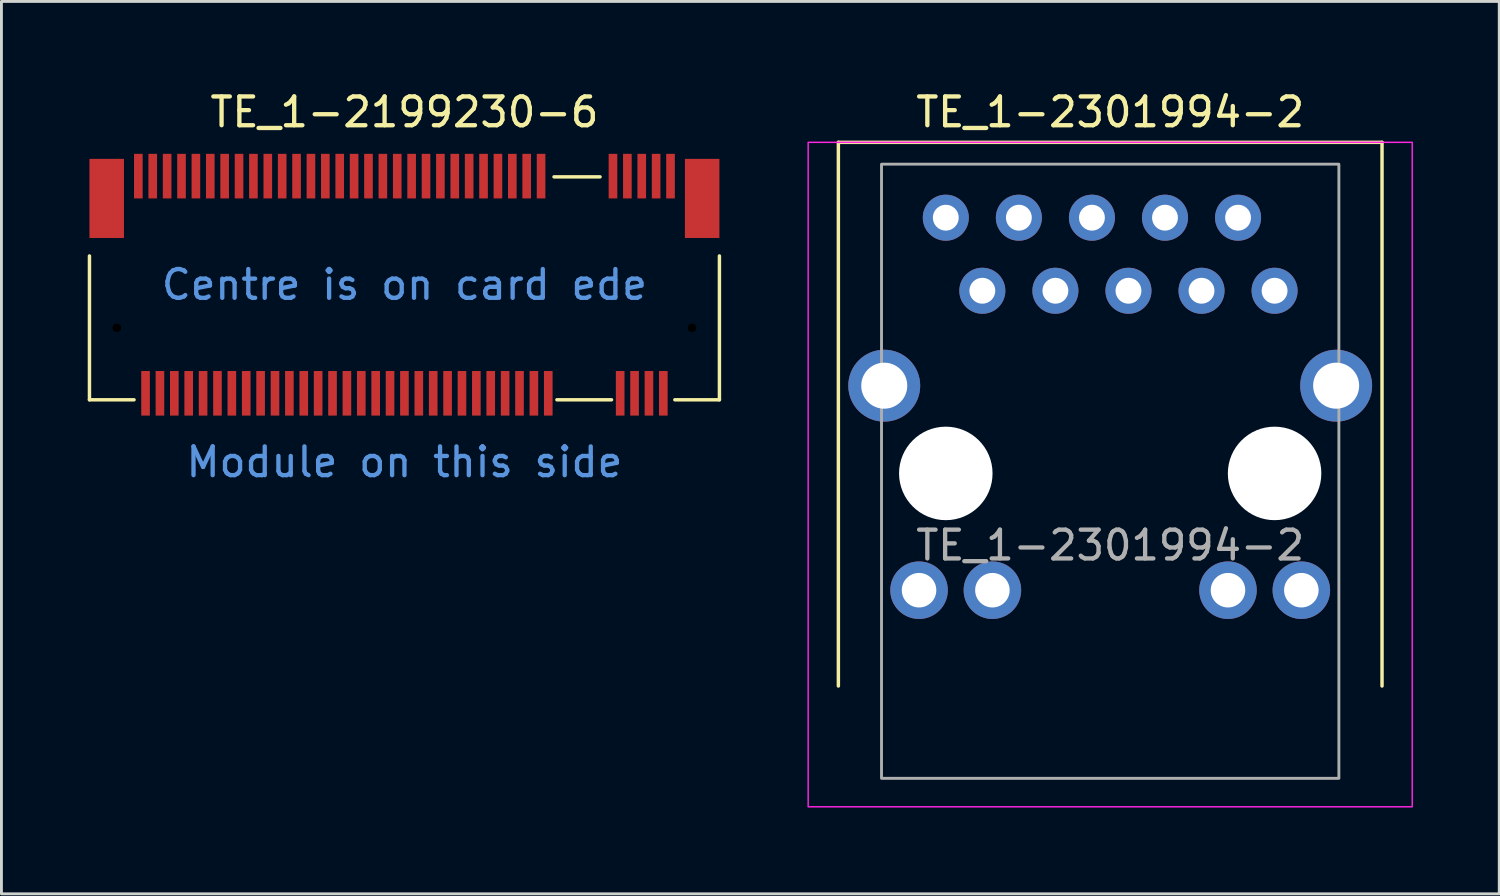
<source format=kicad_pcb>
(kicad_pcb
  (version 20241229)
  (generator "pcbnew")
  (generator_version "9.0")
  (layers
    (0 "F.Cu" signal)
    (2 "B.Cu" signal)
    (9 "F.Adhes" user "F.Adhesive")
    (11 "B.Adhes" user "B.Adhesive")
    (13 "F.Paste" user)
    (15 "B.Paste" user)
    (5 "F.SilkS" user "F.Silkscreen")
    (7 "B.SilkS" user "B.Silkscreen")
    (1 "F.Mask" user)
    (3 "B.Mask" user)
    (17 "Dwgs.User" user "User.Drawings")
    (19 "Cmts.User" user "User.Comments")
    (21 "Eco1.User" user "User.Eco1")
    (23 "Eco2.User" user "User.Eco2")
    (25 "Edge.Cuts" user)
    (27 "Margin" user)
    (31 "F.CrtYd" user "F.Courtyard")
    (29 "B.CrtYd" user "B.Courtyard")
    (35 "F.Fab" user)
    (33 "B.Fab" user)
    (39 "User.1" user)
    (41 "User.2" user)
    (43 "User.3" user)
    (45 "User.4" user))
  (footprint "TE_1-2199230-6"
    (layer "F.Cu")
    (at 11.01 6.848)
    (property "Reference" "TE_1-2199230-6" (at 0 -6 0) (unlocked yes) (layer "F.SilkS") (effects (font (size 1 1) (thickness 0.15))))
    (attr smd)
    (fp_line (start -10.95 4) (end -10.95 -1) (stroke (width 0.12) (type default)) (layer "F.SilkS"))
    (fp_line (start -9.4 4) (end -10.95 4) (stroke (width 0.12) (type default)) (layer "F.SilkS"))
    (fp_line (start 5.2 -3.75) (end 6.8 -3.75) (stroke (width 0.12) (type default)) (layer "F.SilkS"))
    (fp_line (start 5.3 4) (end 7.2 4) (stroke (width 0.12) (type default)) (layer "F.SilkS"))
    (fp_line (start 9.4 4) (end 10.95 4) (stroke (width 0.12) (type default)) (layer "F.SilkS"))
    (fp_line (start 10.95 4) (end 10.95 -1) (stroke (width 0.12) (type default)) (layer "F.SilkS"))
    (fp_text user "Centre is on card ede" (at 0 0 0) (unlocked yes) (layer "Cmts.User") (effects (font (size 1 1) (thickness 0.15))))
    (fp_text user "Module on this side" (at 0 6.75 0) (unlocked yes) (layer "Cmts.User") (effects (font (size 1 1) (thickness 0.15)) (justify bottom)))
    (pad "" np_thru_hole circle (at -10 1.5 90) (size 0.3 0.3) (drill 1.1) (layers "*.Mask"))
    (pad "" np_thru_hole circle (at 10 1.5 90) (size 0.3 0.3) (drill 1.6) (layers "*.Mask"))
    (pad "1" smd rect (at -9.25 -3.775 180) (size 0.3 1.55) (layers "F.Cu" "F.Mask" "F.Paste"))
    (pad "2" smd rect (at -9 3.775 180) (size 0.3 1.55) (layers "F.Cu" "F.Mask" "F.Paste"))
    (pad "3" smd rect (at -8.75 -3.775 180) (size 0.3 1.55) (layers "F.Cu" "F.Mask" "F.Paste"))
    (pad "4" smd rect (at -8.5 3.775 180) (size 0.3 1.55) (layers "F.Cu" "F.Mask" "F.Paste"))
    (pad "5" smd rect (at -8.25 -3.775 180) (size 0.3 1.55) (layers "F.Cu" "F.Mask" "F.Paste"))
    (pad "6" smd rect (at -8 3.775 180) (size 0.3 1.55) (layers "F.Cu" "F.Mask" "F.Paste"))
    (pad "7" smd rect (at -7.75 -3.775 180) (size 0.3 1.55) (layers "F.Cu" "F.Mask" "F.Paste"))
    (pad "8" smd rect (at -7.5 3.775 180) (size 0.3 1.55) (layers "F.Cu" "F.Mask" "F.Paste"))
    (pad "9" smd rect (at -7.25 -3.775 180) (size 0.3 1.55) (layers "F.Cu" "F.Mask" "F.Paste"))
    (pad "10" smd rect (at -7 3.775 180) (size 0.3 1.55) (layers "F.Cu" "F.Mask" "F.Paste"))
    (pad "11" smd rect (at -6.75 -3.775 180) (size 0.3 1.55) (layers "F.Cu" "F.Mask" "F.Paste"))
    (pad "12" smd rect (at -6.5 3.775 180) (size 0.3 1.55) (layers "F.Cu" "F.Mask" "F.Paste"))
    (pad "13" smd rect (at -6.25 -3.775 180) (size 0.3 1.55) (layers "F.Cu" "F.Mask" "F.Paste"))
    (pad "14" smd rect (at -6 3.775 180) (size 0.3 1.55) (layers "F.Cu" "F.Mask" "F.Paste"))
    (pad "15" smd rect (at -5.75 -3.775 180) (size 0.3 1.55) (layers "F.Cu" "F.Mask" "F.Paste"))
    (pad "16" smd rect (at -5.5 3.775 180) (size 0.3 1.55) (layers "F.Cu" "F.Mask" "F.Paste"))
    (pad "17" smd rect (at -5.25 -3.775 180) (size 0.3 1.55) (layers "F.Cu" "F.Mask" "F.Paste"))
    (pad "18" smd rect (at -5 3.775 180) (size 0.3 1.55) (layers "F.Cu" "F.Mask" "F.Paste"))
    (pad "19" smd rect (at -4.75 -3.775 180) (size 0.3 1.55) (layers "F.Cu" "F.Mask" "F.Paste"))
    (pad "20" smd rect (at -4.5 3.775 180) (size 0.3 1.55) (layers "F.Cu" "F.Mask" "F.Paste"))
    (pad "21" smd rect (at -4.25 -3.775 180) (size 0.3 1.55) (layers "F.Cu" "F.Mask" "F.Paste"))
    (pad "22" smd rect (at -4 3.775 180) (size 0.3 1.55) (layers "F.Cu" "F.Mask" "F.Paste"))
    (pad "23" smd rect (at -3.75 -3.775 180) (size 0.3 1.55) (layers "F.Cu" "F.Mask" "F.Paste"))
    (pad "24" smd rect (at -3.5 3.775 180) (size 0.3 1.55) (layers "F.Cu" "F.Mask" "F.Paste"))
    (pad "25" smd rect (at -3.25 -3.775 180) (size 0.3 1.55) (layers "F.Cu" "F.Mask" "F.Paste"))
    (pad "26" smd rect (at -3 3.775 180) (size 0.3 1.55) (layers "F.Cu" "F.Mask" "F.Paste"))
    (pad "27" smd rect (at -2.75 -3.775 180) (size 0.3 1.55) (layers "F.Cu" "F.Mask" "F.Paste"))
    (pad "28" smd rect (at -2.5 3.775 180) (size 0.3 1.55) (layers "F.Cu" "F.Mask" "F.Paste"))
    (pad "29" smd rect (at -2.25 -3.775 180) (size 0.3 1.55) (layers "F.Cu" "F.Mask" "F.Paste"))
    (pad "30" smd rect (at -2 3.775 180) (size 0.3 1.55) (layers "F.Cu" "F.Mask" "F.Paste"))
    (pad "31" smd rect (at -1.75 -3.775 180) (size 0.3 1.55) (layers "F.Cu" "F.Mask" "F.Paste"))
    (pad "32" smd rect (at -1.5 3.775 180) (size 0.3 1.55) (layers "F.Cu" "F.Mask" "F.Paste"))
    (pad "33" smd rect (at -1.25 -3.775 180) (size 0.3 1.55) (layers "F.Cu" "F.Mask" "F.Paste"))
    (pad "34" smd rect (at -1 3.775 180) (size 0.3 1.55) (layers "F.Cu" "F.Mask" "F.Paste"))
    (pad "35" smd rect (at -0.75 -3.775 180) (size 0.3 1.55) (layers "F.Cu" "F.Mask" "F.Paste"))
    (pad "36" smd rect (at -0.5 3.775 180) (size 0.3 1.55) (layers "F.Cu" "F.Mask" "F.Paste"))
    (pad "37" smd rect (at -0.25 -3.775 180) (size 0.3 1.55) (layers "F.Cu" "F.Mask" "F.Paste"))
    (pad "38" smd rect (at 0 3.775 180) (size 0.3 1.55) (layers "F.Cu" "F.Mask" "F.Paste"))
    (pad "39" smd rect (at 0.25 -3.775 180) (size 0.3 1.55) (layers "F.Cu" "F.Mask" "F.Paste"))
    (pad "40" smd rect (at 0.5 3.775 180) (size 0.3 1.55) (layers "F.Cu" "F.Mask" "F.Paste"))
    (pad "41" smd rect (at 0.75 -3.775 180) (size 0.3 1.55) (layers "F.Cu" "F.Mask" "F.Paste"))
    (pad "42" smd rect (at 1 3.775 180) (size 0.3 1.55) (layers "F.Cu" "F.Mask" "F.Paste"))
    (pad "43" smd rect (at 1.25 -3.775 180) (size 0.3 1.55) (layers "F.Cu" "F.Mask" "F.Paste"))
    (pad "44" smd rect (at 1.5 3.775 180) (size 0.3 1.55) (layers "F.Cu" "F.Mask" "F.Paste"))
    (pad "45" smd rect (at 1.75 -3.775 180) (size 0.3 1.55) (layers "F.Cu" "F.Mask" "F.Paste"))
    (pad "46" smd rect (at 2 3.775 180) (size 0.3 1.55) (layers "F.Cu" "F.Mask" "F.Paste"))
    (pad "47" smd rect (at 2.25 -3.775 180) (size 0.3 1.55) (layers "F.Cu" "F.Mask" "F.Paste"))
    (pad "48" smd rect (at 2.5 3.775 180) (size 0.3 1.55) (layers "F.Cu" "F.Mask" "F.Paste"))
    (pad "49" smd rect (at 2.75 -3.775 180) (size 0.3 1.55) (layers "F.Cu" "F.Mask" "F.Paste"))
    (pad "50" smd rect (at 3 3.775 180) (size 0.3 1.55) (layers "F.Cu" "F.Mask" "F.Paste"))
    (pad "51" smd rect (at 3.25 -3.775 180) (size 0.3 1.55) (layers "F.Cu" "F.Mask" "F.Paste"))
    (pad "52" smd rect (at 3.5 3.775 180) (size 0.3 1.55) (layers "F.Cu" "F.Mask" "F.Paste"))
    (pad "53" smd rect (at 3.75 -3.775 180) (size 0.3 1.55) (layers "F.Cu" "F.Mask" "F.Paste"))
    (pad "54" smd rect (at 4 3.775 180) (size 0.3 1.55) (layers "F.Cu" "F.Mask" "F.Paste"))
    (pad "55" smd rect (at 4.25 -3.775 180) (size 0.3 1.55) (layers "F.Cu" "F.Mask" "F.Paste"))
    (pad "56" smd rect (at 4.5 3.775 180) (size 0.3 1.55) (layers "F.Cu" "F.Mask" "F.Paste"))
    (pad "57" smd rect (at 4.75 -3.775 180) (size 0.3 1.55) (layers "F.Cu" "F.Mask" "F.Paste"))
    (pad "58" smd rect (at 5 3.775 180) (size 0.3 1.55) (layers "F.Cu" "F.Mask" "F.Paste"))
    (pad "67" smd rect (at 7.25 -3.775 180) (size 0.3 1.55) (layers "F.Cu" "F.Mask" "F.Paste"))
    (pad "68" smd rect (at 7.5 3.775 180) (size 0.3 1.55) (layers "F.Cu" "F.Mask" "F.Paste"))
    (pad "69" smd rect (at 7.75 -3.775 180) (size 0.3 1.55) (layers "F.Cu" "F.Mask" "F.Paste"))
    (pad "70" smd rect (at 8 3.775 180) (size 0.3 1.55) (layers "F.Cu" "F.Mask" "F.Paste"))
    (pad "71" smd rect (at 8.25 -3.775 180) (size 0.3 1.55) (layers "F.Cu" "F.Mask" "F.Paste"))
    (pad "72" smd rect (at 8.5 3.775 180) (size 0.3 1.55) (layers "F.Cu" "F.Mask" "F.Paste"))
    (pad "73" smd rect (at 8.75 -3.775 180) (size 0.3 1.55) (layers "F.Cu" "F.Mask" "F.Paste"))
    (pad "74" smd rect (at 9 3.775 180) (size 0.3 1.55) (layers "F.Cu" "F.Mask" "F.Paste"))
    (pad "75" smd rect (at 9.25 -3.775 180) (size 0.3 1.55) (layers "F.Cu" "F.Mask" "F.Paste"))
    (pad "76" smd rect (at -10.35 -3) (size 1.2 2.75) (layers "F.Cu" "F.Mask" "F.Paste"))
    (pad "76" smd rect (at 10.35 -3) (size 1.2 2.75) (layers "F.Cu" "F.Mask" "F.Paste"))
    (zone (net_name "") (layer "F.Cu") (hatch edge 0.5) (connect_pads) (min_thickness 0.25) (filled_areas_thickness no) (keepout (tracks allowed) (vias allowed) (pads allowed) (copperpour not_allowed) (footprints allowed)) (placement (enabled no)) (fill) (polygon (pts (xy 1.61 2.948) (xy 1.61 3.148) (xy 15.91 3.148) (xy 15.91 2.948))))
    (zone (net_name "") (layer "F.Cu") (hatch edge 0.5) (connect_pads) (min_thickness 0.25) (filled_areas_thickness no) (keepout (tracks allowed) (vias allowed) (pads allowed) (copperpour not_allowed) (footprints allowed)) (placement (enabled no)) (fill) (polygon (pts (xy 1.81 10.548) (xy 1.81 10.748) (xy 16.11 10.748) (xy 16.11 10.548))))
    (zone (net_name "") (layer "F.Cu") (hatch edge 0.5) (connect_pads) (min_thickness 0.25) (filled_areas_thickness no) (keepout (tracks allowed) (vias allowed) (pads allowed) (copperpour not_allowed) (footprints allowed)) (placement (enabled no)) (fill) (polygon (pts (xy 18.11 2.848) (xy 18.11 3.148) (xy 20.41 3.148) (xy 20.41 2.848))))
    (zone (net_name "") (layer "F.Cu") (hatch edge 0.5) (connect_pads) (min_thickness 0.25) (filled_areas_thickness no) (keepout (tracks allowed) (vias allowed) (pads allowed) (copperpour not_allowed) (footprints allowed)) (placement (enabled no)) (fill) (polygon (pts (xy 18.31 10.448) (xy 18.31 10.748) (xy 20.21 10.748) (xy 20.21 10.448)))))
  (footprint "TE_1-2301994-2"
    (layer "F.Cu")
    (at 35.545 21.848)
    (property "Reference" "TE_1-2301994-2" (at 0 -21 0) (unlocked yes) (layer "F.SilkS") (effects (font (size 1 1) (thickness 0.15))))
    (attr through_hole)
    (fp_line (start -9.45 -19.95) (end 9.45 -19.95) (stroke (width 0.12) (type default)) (layer "F.SilkS"))
    (fp_line (start -9.45 -1.05) (end -9.45 -19.95) (stroke (width 0.12) (type default)) (layer "F.SilkS"))
    (fp_line (start 9.45 -19.95) (end 9.45 -1.05) (stroke (width 0.12) (type default)) (layer "F.SilkS"))
    (fp_rect (start -10.5 -19.95) (end 10.5 3.15) (stroke (width 0.05) (type default)) (fill no) (layer "F.CrtYd"))
    (fp_rect (start -7.95 -19.19) (end 7.95 2.16) (stroke (width 0.1) (type default)) (fill no) (layer "F.Fab"))
    (fp_text user "${REFERENCE}" (at 0 -5.94 0) (unlocked yes) (layer "F.Fab") (effects (font (size 1 1) (thickness 0.15))))
    (pad "" np_thru_hole circle (at -5.715 -8.44) (size 3.25 3.25) (drill 3.25) (layers "*.Cu" "*.Mask"))
    (pad "" np_thru_hole circle (at 5.715 -8.44) (size 3.25 3.25) (drill 3.25) (layers "*.Cu" "*.Mask"))
    (pad "1" thru_hole circle (at -5.715 -17.33) (size 1.6 1.6) (drill 0.9) (layers "*.Cu" "*.Mask"))
    (pad "2" thru_hole circle (at -4.445 -14.79) (size 1.6 1.6) (drill 0.9) (layers "*.Cu" "*.Mask"))
    (pad "3" thru_hole circle (at -3.175 -17.33) (size 1.6 1.6) (drill 0.9) (layers "*.Cu" "*.Mask"))
    (pad "4" thru_hole circle (at -1.905 -14.79) (size 1.6 1.6) (drill 0.9) (layers "*.Cu" "*.Mask"))
    (pad "5" thru_hole circle (at -0.635 -17.33) (size 1.6 1.6) (drill 0.9) (layers "*.Cu" "*.Mask"))
    (pad "6" thru_hole circle (at 0.635 -14.79) (size 1.6 1.6) (drill 0.9) (layers "*.Cu" "*.Mask"))
    (pad "7" thru_hole circle (at 1.905 -17.33) (size 1.6 1.6) (drill 0.9) (layers "*.Cu" "*.Mask"))
    (pad "8" thru_hole circle (at 3.175 -14.79) (size 1.6 1.6) (drill 0.9) (layers "*.Cu" "*.Mask"))
    (pad "9" thru_hole circle (at 4.445 -17.33) (size 1.6 1.6) (drill 0.9) (layers "*.Cu" "*.Mask"))
    (pad "10" thru_hole circle (at 5.715 -14.79) (size 1.6 1.6) (drill 0.9) (layers "*.Cu" "*.Mask"))
    (pad "11" thru_hole circle (at -7.855 -11.49) (size 2.5 2.5) (drill 1.6) (layers "*.Cu" "*.Mask"))
    (pad "11" thru_hole circle (at 7.855 -11.49) (size 2.5 2.5) (drill 1.6) (layers "*.Cu" "*.Mask"))
    (pad "L1" thru_hole circle (at -6.645 -4.38) (size 2 2) (drill 1.2) (layers "*.Cu" "*.Mask"))
    (pad "L2" thru_hole circle (at -4.095 -4.38) (size 2 2) (drill 1.2) (layers "*.Cu" "*.Mask"))
    (pad "L3" thru_hole circle (at 6.645 -4.38) (size 2 2) (drill 1.2) (layers "*.Cu" "*.Mask"))
    (pad "L4" thru_hole circle (at 4.095 -4.38) (size 2 2) (drill 1.2) (layers "*.Cu" "*.Mask")))
  (gr_rect
    (start -3 -3)
    (end 49.07 28.023)
    (stroke (width 0.1) (type default))
    (fill no)
    (layer "Edge.Cuts")))
</source>
